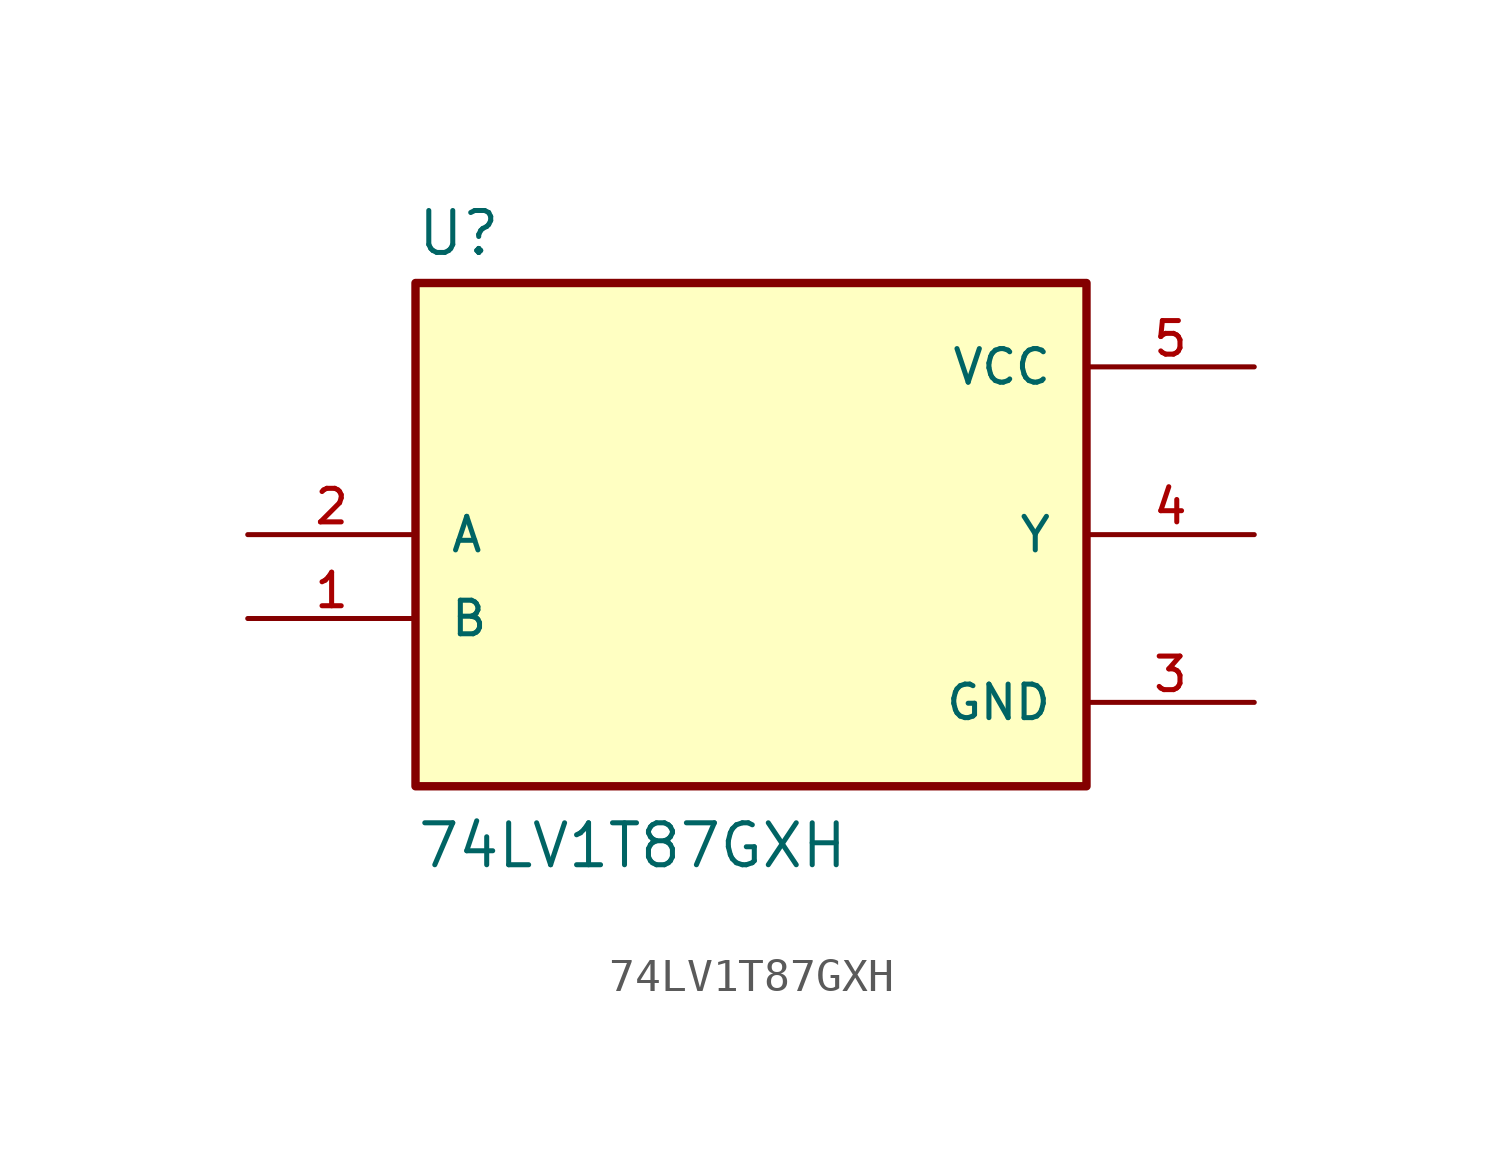
<source format=kicad_sym>
(kicad_symbol_lib
  (version 20211014)
  (generator kicad_symbol_editor)
  (symbol "74LV1T87GXH"
    (pin_names
      (offset 1.016))
    (property "Reference" "U"
      (at -10.16 8.382 0)
      (effects (font (size 1.27 1.27)) (justify bottom left)))
    (property "Value" "74LV1T87GXH"
      (at -10.16 -10.16 0)
      (effects (font (size 1.27 1.27)) (justify bottom left)))
    (symbol "74LV1T87GXH_0_0"
      (rectangle (start -10.16 -7.62) (end 10.16 7.62) (stroke (width 0.254)) (fill (type background)))
      (pin input line (at -15.24 -2.54 0) (length 5.08) (name "B" (effects (font (size 1.016 1.016)))) (number "1" (effects (font (size 1.016 1.016)))))
      (pin input line (at -15.24 0.0 0) (length 5.08) (name "A" (effects (font (size 1.016 1.016)))) (number "2" (effects (font (size 1.016 1.016)))))
      (pin power_in line (at 15.24 -5.08 180.0) (length 5.08) (name "GND" (effects (font (size 1.016 1.016)))) (number "3" (effects (font (size 1.016 1.016)))))
      (pin output line (at 15.24 0.0 180.0) (length 5.08) (name "Y" (effects (font (size 1.016 1.016)))) (number "4" (effects (font (size 1.016 1.016)))))
      (pin power_in line (at 15.24 5.08 180.0) (length 5.08) (name "VCC" (effects (font (size 1.016 1.016)))) (number "5" (effects (font (size 1.016 1.016))))))))
</source>
